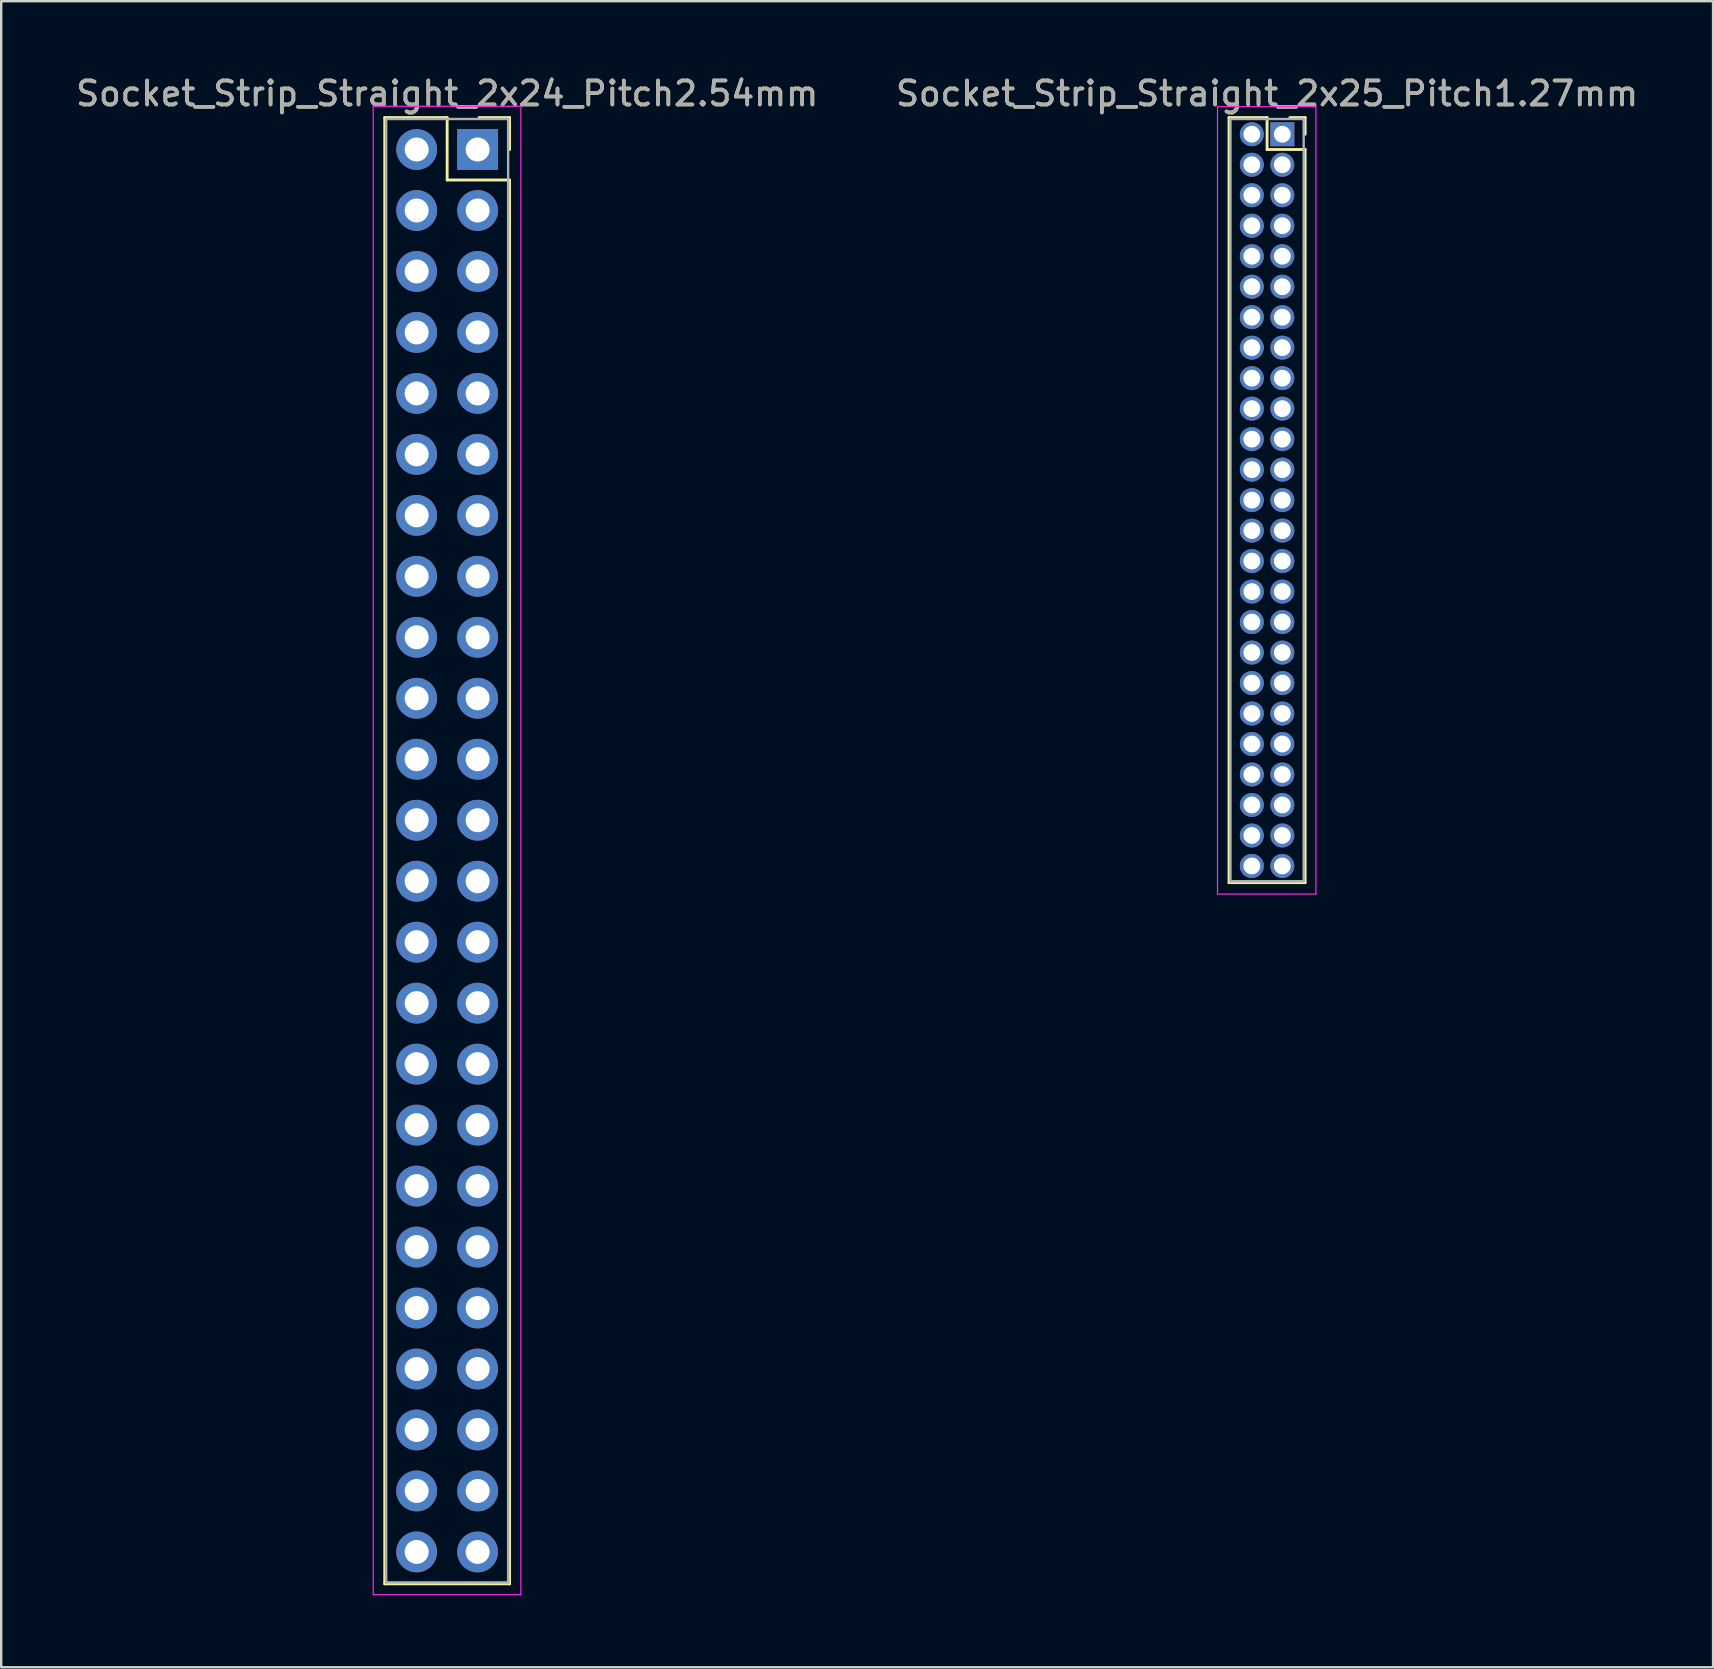
<source format=kicad_pcb>
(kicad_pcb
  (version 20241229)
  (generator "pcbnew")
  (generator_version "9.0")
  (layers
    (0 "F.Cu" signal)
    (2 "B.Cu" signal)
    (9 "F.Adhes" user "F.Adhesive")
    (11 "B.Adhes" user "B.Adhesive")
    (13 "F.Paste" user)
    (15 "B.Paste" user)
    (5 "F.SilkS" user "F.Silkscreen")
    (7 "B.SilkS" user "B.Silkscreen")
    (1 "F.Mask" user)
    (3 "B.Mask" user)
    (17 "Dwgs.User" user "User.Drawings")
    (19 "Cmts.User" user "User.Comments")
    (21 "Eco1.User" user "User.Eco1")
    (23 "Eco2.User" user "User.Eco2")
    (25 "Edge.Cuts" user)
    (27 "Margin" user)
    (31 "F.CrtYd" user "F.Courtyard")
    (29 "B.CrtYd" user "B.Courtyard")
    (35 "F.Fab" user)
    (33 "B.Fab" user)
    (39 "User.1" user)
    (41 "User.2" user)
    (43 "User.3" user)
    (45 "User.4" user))
  (footprint "Socket_Strip_Straight_2x24_Pitch2.54mm"
    (layer "F.Cu")
    (at 16.847 3.178)
    (property "Reference" "Socket_Strip_Straight_2x24_Pitch2.54mm" (at -1.27 -2.33 0) (layer "F.SilkS") (effects (font (size 1 1) (thickness 0.15))))
    (attr through_hole)
    (fp_line (start -3.87 -1.33) (end -1.27 -1.33) (stroke (width 0.12) (type solid)) (layer "F.SilkS"))
    (fp_line (start -3.87 59.75) (end -3.87 -1.33) (stroke (width 0.12) (type solid)) (layer "F.SilkS"))
    (fp_line (start -1.27 -1.33) (end -1.27 1.27) (stroke (width 0.12) (type solid)) (layer "F.SilkS"))
    (fp_line (start -1.27 1.27) (end 1.33 1.27) (stroke (width 0.12) (type solid)) (layer "F.SilkS"))
    (fp_line (start 1.33 -1.33) (end 0.06 -1.33) (stroke (width 0.12) (type solid)) (layer "F.SilkS"))
    (fp_line (start 1.33 0) (end 1.33 -1.33) (stroke (width 0.12) (type solid)) (layer "F.SilkS"))
    (fp_line (start 1.33 1.27) (end 1.33 59.75) (stroke (width 0.12) (type solid)) (layer "F.SilkS"))
    (fp_line (start 1.33 59.75) (end -3.87 59.75) (stroke (width 0.12) (type solid)) (layer "F.SilkS"))
    (fp_line (start -4.35 -1.8) (end -4.35 60.2) (stroke (width 0.05) (type solid)) (layer "F.CrtYd"))
    (fp_line (start -4.35 60.2) (end 1.8 60.2) (stroke (width 0.05) (type solid)) (layer "F.CrtYd"))
    (fp_line (start 1.8 -1.8) (end -4.35 -1.8) (stroke (width 0.05) (type solid)) (layer "F.CrtYd"))
    (fp_line (start 1.8 60.2) (end 1.8 -1.8) (stroke (width 0.05) (type solid)) (layer "F.CrtYd"))
    (fp_line (start -3.81 -1.27) (end -3.81 59.69) (stroke (width 0.1) (type solid)) (layer "F.Fab"))
    (fp_line (start -3.81 59.69) (end 1.27 59.69) (stroke (width 0.1) (type solid)) (layer "F.Fab"))
    (fp_line (start 1.27 -1.27) (end -3.81 -1.27) (stroke (width 0.1) (type solid)) (layer "F.Fab"))
    (fp_line (start 1.27 59.69) (end 1.27 -1.27) (stroke (width 0.1) (type solid)) (layer "F.Fab"))
    (fp_text user "${REFERENCE}" (at -1.27 -2.33 0) (layer "F.Fab") (effects (font (size 1 1) (thickness 0.15))))
    (pad "1" thru_hole rect (at 0 0) (size 1.7 1.7) (drill 1) (layers "*.Cu" "*.Mask"))
    (pad "2" thru_hole oval (at -2.54 0) (size 1.7 1.7) (drill 1) (layers "*.Cu" "*.Mask"))
    (pad "3" thru_hole oval (at 0 2.54) (size 1.7 1.7) (drill 1) (layers "*.Cu" "*.Mask"))
    (pad "4" thru_hole oval (at -2.54 2.54) (size 1.7 1.7) (drill 1) (layers "*.Cu" "*.Mask"))
    (pad "5" thru_hole oval (at 0 5.08) (size 1.7 1.7) (drill 1) (layers "*.Cu" "*.Mask"))
    (pad "6" thru_hole oval (at -2.54 5.08) (size 1.7 1.7) (drill 1) (layers "*.Cu" "*.Mask"))
    (pad "7" thru_hole oval (at 0 7.62) (size 1.7 1.7) (drill 1) (layers "*.Cu" "*.Mask"))
    (pad "8" thru_hole oval (at -2.54 7.62) (size 1.7 1.7) (drill 1) (layers "*.Cu" "*.Mask"))
    (pad "9" thru_hole oval (at 0 10.16) (size 1.7 1.7) (drill 1) (layers "*.Cu" "*.Mask"))
    (pad "10" thru_hole oval (at -2.54 10.16) (size 1.7 1.7) (drill 1) (layers "*.Cu" "*.Mask"))
    (pad "11" thru_hole oval (at 0 12.7) (size 1.7 1.7) (drill 1) (layers "*.Cu" "*.Mask"))
    (pad "12" thru_hole oval (at -2.54 12.7) (size 1.7 1.7) (drill 1) (layers "*.Cu" "*.Mask"))
    (pad "13" thru_hole oval (at 0 15.24) (size 1.7 1.7) (drill 1) (layers "*.Cu" "*.Mask"))
    (pad "14" thru_hole oval (at -2.54 15.24) (size 1.7 1.7) (drill 1) (layers "*.Cu" "*.Mask"))
    (pad "15" thru_hole oval (at 0 17.78) (size 1.7 1.7) (drill 1) (layers "*.Cu" "*.Mask"))
    (pad "16" thru_hole oval (at -2.54 17.78) (size 1.7 1.7) (drill 1) (layers "*.Cu" "*.Mask"))
    (pad "17" thru_hole oval (at 0 20.32) (size 1.7 1.7) (drill 1) (layers "*.Cu" "*.Mask"))
    (pad "18" thru_hole oval (at -2.54 20.32) (size 1.7 1.7) (drill 1) (layers "*.Cu" "*.Mask"))
    (pad "19" thru_hole oval (at 0 22.86) (size 1.7 1.7) (drill 1) (layers "*.Cu" "*.Mask"))
    (pad "20" thru_hole oval (at -2.54 22.86) (size 1.7 1.7) (drill 1) (layers "*.Cu" "*.Mask"))
    (pad "21" thru_hole oval (at 0 25.4) (size 1.7 1.7) (drill 1) (layers "*.Cu" "*.Mask"))
    (pad "22" thru_hole oval (at -2.54 25.4) (size 1.7 1.7) (drill 1) (layers "*.Cu" "*.Mask"))
    (pad "23" thru_hole oval (at 0 27.94) (size 1.7 1.7) (drill 1) (layers "*.Cu" "*.Mask"))
    (pad "24" thru_hole oval (at -2.54 27.94) (size 1.7 1.7) (drill 1) (layers "*.Cu" "*.Mask"))
    (pad "25" thru_hole oval (at 0 30.48) (size 1.7 1.7) (drill 1) (layers "*.Cu" "*.Mask"))
    (pad "26" thru_hole oval (at -2.54 30.48) (size 1.7 1.7) (drill 1) (layers "*.Cu" "*.Mask"))
    (pad "27" thru_hole oval (at 0 33.02) (size 1.7 1.7) (drill 1) (layers "*.Cu" "*.Mask"))
    (pad "28" thru_hole oval (at -2.54 33.02) (size 1.7 1.7) (drill 1) (layers "*.Cu" "*.Mask"))
    (pad "29" thru_hole oval (at 0 35.56) (size 1.7 1.7) (drill 1) (layers "*.Cu" "*.Mask"))
    (pad "30" thru_hole oval (at -2.54 35.56) (size 1.7 1.7) (drill 1) (layers "*.Cu" "*.Mask"))
    (pad "31" thru_hole oval (at 0 38.1) (size 1.7 1.7) (drill 1) (layers "*.Cu" "*.Mask"))
    (pad "32" thru_hole oval (at -2.54 38.1) (size 1.7 1.7) (drill 1) (layers "*.Cu" "*.Mask"))
    (pad "33" thru_hole oval (at 0 40.64) (size 1.7 1.7) (drill 1) (layers "*.Cu" "*.Mask"))
    (pad "34" thru_hole oval (at -2.54 40.64) (size 1.7 1.7) (drill 1) (layers "*.Cu" "*.Mask"))
    (pad "35" thru_hole oval (at 0 43.18) (size 1.7 1.7) (drill 1) (layers "*.Cu" "*.Mask"))
    (pad "36" thru_hole oval (at -2.54 43.18) (size 1.7 1.7) (drill 1) (layers "*.Cu" "*.Mask"))
    (pad "37" thru_hole oval (at 0 45.72) (size 1.7 1.7) (drill 1) (layers "*.Cu" "*.Mask"))
    (pad "38" thru_hole oval (at -2.54 45.72) (size 1.7 1.7) (drill 1) (layers "*.Cu" "*.Mask"))
    (pad "39" thru_hole oval (at 0 48.26) (size 1.7 1.7) (drill 1) (layers "*.Cu" "*.Mask"))
    (pad "40" thru_hole oval (at -2.54 48.26) (size 1.7 1.7) (drill 1) (layers "*.Cu" "*.Mask"))
    (pad "41" thru_hole oval (at 0 50.8) (size 1.7 1.7) (drill 1) (layers "*.Cu" "*.Mask"))
    (pad "42" thru_hole oval (at -2.54 50.8) (size 1.7 1.7) (drill 1) (layers "*.Cu" "*.Mask"))
    (pad "43" thru_hole oval (at 0 53.34) (size 1.7 1.7) (drill 1) (layers "*.Cu" "*.Mask"))
    (pad "44" thru_hole oval (at -2.54 53.34) (size 1.7 1.7) (drill 1) (layers "*.Cu" "*.Mask"))
    (pad "45" thru_hole oval (at 0 55.88) (size 1.7 1.7) (drill 1) (layers "*.Cu" "*.Mask"))
    (pad "46" thru_hole oval (at -2.54 55.88) (size 1.7 1.7) (drill 1) (layers "*.Cu" "*.Mask"))
    (pad "47" thru_hole oval (at 0 58.42) (size 1.7 1.7) (drill 1) (layers "*.Cu" "*.Mask"))
    (pad "48" thru_hole oval (at -2.54 58.42) (size 1.7 1.7) (drill 1) (layers "*.Cu" "*.Mask")))
  (footprint "Socket_Strip_Straight_2x25_Pitch1.27mm"
    (layer "F.Cu")
    (at 50.367 2.543)
    (property "Reference" "Socket_Strip_Straight_2x25_Pitch1.27mm" (at -0.635 -1.695 0) (layer "F.SilkS") (effects (font (size 1 1) (thickness 0.15))))
    (attr through_hole)
    (fp_line (start -2.22 -0.695) (end -0.635 -0.695) (stroke (width 0.12) (type solid)) (layer "F.SilkS"))
    (fp_line (start -2.22 31.175) (end -2.22 -0.695) (stroke (width 0.12) (type solid)) (layer "F.SilkS"))
    (fp_line (start -0.635 -0.695) (end -0.635 0.635) (stroke (width 0.12) (type solid)) (layer "F.SilkS"))
    (fp_line (start -0.635 0.635) (end 0.95 0.635) (stroke (width 0.12) (type solid)) (layer "F.SilkS"))
    (fp_line (start 0.95 -0.695) (end 0.315 -0.695) (stroke (width 0.12) (type solid)) (layer "F.SilkS"))
    (fp_line (start 0.95 0) (end 0.95 -0.695) (stroke (width 0.12) (type solid)) (layer "F.SilkS"))
    (fp_line (start 0.95 0.635) (end 0.95 31.175) (stroke (width 0.12) (type solid)) (layer "F.SilkS"))
    (fp_line (start 0.95 31.175) (end -2.22 31.175) (stroke (width 0.12) (type solid)) (layer "F.SilkS"))
    (fp_line (start -2.7 -1.15) (end -2.7 31.65) (stroke (width 0.05) (type solid)) (layer "F.CrtYd"))
    (fp_line (start -2.7 31.65) (end 1.4 31.65) (stroke (width 0.05) (type solid)) (layer "F.CrtYd"))
    (fp_line (start 1.4 -1.15) (end -2.7 -1.15) (stroke (width 0.05) (type solid)) (layer "F.CrtYd"))
    (fp_line (start 1.4 31.65) (end 1.4 -1.15) (stroke (width 0.05) (type solid)) (layer "F.CrtYd"))
    (fp_line (start -2.16 -0.635) (end -2.16 31.115) (stroke (width 0.1) (type solid)) (layer "F.Fab"))
    (fp_line (start -2.16 31.115) (end 0.89 31.115) (stroke (width 0.1) (type solid)) (layer "F.Fab"))
    (fp_line (start 0.89 -0.635) (end -2.16 -0.635) (stroke (width 0.1) (type solid)) (layer "F.Fab"))
    (fp_line (start 0.89 31.115) (end 0.89 -0.635) (stroke (width 0.1) (type solid)) (layer "F.Fab"))
    (fp_text user "${REFERENCE}" (at -0.635 -1.695 0) (layer "F.Fab") (effects (font (size 1 1) (thickness 0.15))))
    (pad "1" thru_hole rect (at 0 0) (size 1 1) (drill 0.7) (layers "*.Cu" "*.Mask"))
    (pad "2" thru_hole oval (at -1.27 0) (size 1 1) (drill 0.7) (layers "*.Cu" "*.Mask"))
    (pad "3" thru_hole oval (at 0 1.27) (size 1 1) (drill 0.7) (layers "*.Cu" "*.Mask"))
    (pad "4" thru_hole oval (at -1.27 1.27) (size 1 1) (drill 0.7) (layers "*.Cu" "*.Mask"))
    (pad "5" thru_hole oval (at 0 2.54) (size 1 1) (drill 0.7) (layers "*.Cu" "*.Mask"))
    (pad "6" thru_hole oval (at -1.27 2.54) (size 1 1) (drill 0.7) (layers "*.Cu" "*.Mask"))
    (pad "7" thru_hole oval (at 0 3.81) (size 1 1) (drill 0.7) (layers "*.Cu" "*.Mask"))
    (pad "8" thru_hole oval (at -1.27 3.81) (size 1 1) (drill 0.7) (layers "*.Cu" "*.Mask"))
    (pad "9" thru_hole oval (at 0 5.08) (size 1 1) (drill 0.7) (layers "*.Cu" "*.Mask"))
    (pad "10" thru_hole oval (at -1.27 5.08) (size 1 1) (drill 0.7) (layers "*.Cu" "*.Mask"))
    (pad "11" thru_hole oval (at 0 6.35) (size 1 1) (drill 0.7) (layers "*.Cu" "*.Mask"))
    (pad "12" thru_hole oval (at -1.27 6.35) (size 1 1) (drill 0.7) (layers "*.Cu" "*.Mask"))
    (pad "13" thru_hole oval (at 0 7.62) (size 1 1) (drill 0.7) (layers "*.Cu" "*.Mask"))
    (pad "14" thru_hole oval (at -1.27 7.62) (size 1 1) (drill 0.7) (layers "*.Cu" "*.Mask"))
    (pad "15" thru_hole oval (at 0 8.89) (size 1 1) (drill 0.7) (layers "*.Cu" "*.Mask"))
    (pad "16" thru_hole oval (at -1.27 8.89) (size 1 1) (drill 0.7) (layers "*.Cu" "*.Mask"))
    (pad "17" thru_hole oval (at 0 10.16) (size 1 1) (drill 0.7) (layers "*.Cu" "*.Mask"))
    (pad "18" thru_hole oval (at -1.27 10.16) (size 1 1) (drill 0.7) (layers "*.Cu" "*.Mask"))
    (pad "19" thru_hole oval (at 0 11.43) (size 1 1) (drill 0.7) (layers "*.Cu" "*.Mask"))
    (pad "20" thru_hole oval (at -1.27 11.43) (size 1 1) (drill 0.7) (layers "*.Cu" "*.Mask"))
    (pad "21" thru_hole oval (at 0 12.7) (size 1 1) (drill 0.7) (layers "*.Cu" "*.Mask"))
    (pad "22" thru_hole oval (at -1.27 12.7) (size 1 1) (drill 0.7) (layers "*.Cu" "*.Mask"))
    (pad "23" thru_hole oval (at 0 13.97) (size 1 1) (drill 0.7) (layers "*.Cu" "*.Mask"))
    (pad "24" thru_hole oval (at -1.27 13.97) (size 1 1) (drill 0.7) (layers "*.Cu" "*.Mask"))
    (pad "25" thru_hole oval (at 0 15.24) (size 1 1) (drill 0.7) (layers "*.Cu" "*.Mask"))
    (pad "26" thru_hole oval (at -1.27 15.24) (size 1 1) (drill 0.7) (layers "*.Cu" "*.Mask"))
    (pad "27" thru_hole oval (at 0 16.51) (size 1 1) (drill 0.7) (layers "*.Cu" "*.Mask"))
    (pad "28" thru_hole oval (at -1.27 16.51) (size 1 1) (drill 0.7) (layers "*.Cu" "*.Mask"))
    (pad "29" thru_hole oval (at 0 17.78) (size 1 1) (drill 0.7) (layers "*.Cu" "*.Mask"))
    (pad "30" thru_hole oval (at -1.27 17.78) (size 1 1) (drill 0.7) (layers "*.Cu" "*.Mask"))
    (pad "31" thru_hole oval (at 0 19.05) (size 1 1) (drill 0.7) (layers "*.Cu" "*.Mask"))
    (pad "32" thru_hole oval (at -1.27 19.05) (size 1 1) (drill 0.7) (layers "*.Cu" "*.Mask"))
    (pad "33" thru_hole oval (at 0 20.32) (size 1 1) (drill 0.7) (layers "*.Cu" "*.Mask"))
    (pad "34" thru_hole oval (at -1.27 20.32) (size 1 1) (drill 0.7) (layers "*.Cu" "*.Mask"))
    (pad "35" thru_hole oval (at 0 21.59) (size 1 1) (drill 0.7) (layers "*.Cu" "*.Mask"))
    (pad "36" thru_hole oval (at -1.27 21.59) (size 1 1) (drill 0.7) (layers "*.Cu" "*.Mask"))
    (pad "37" thru_hole oval (at 0 22.86) (size 1 1) (drill 0.7) (layers "*.Cu" "*.Mask"))
    (pad "38" thru_hole oval (at -1.27 22.86) (size 1 1) (drill 0.7) (layers "*.Cu" "*.Mask"))
    (pad "39" thru_hole oval (at 0 24.13) (size 1 1) (drill 0.7) (layers "*.Cu" "*.Mask"))
    (pad "40" thru_hole oval (at -1.27 24.13) (size 1 1) (drill 0.7) (layers "*.Cu" "*.Mask"))
    (pad "41" thru_hole oval (at 0 25.4) (size 1 1) (drill 0.7) (layers "*.Cu" "*.Mask"))
    (pad "42" thru_hole oval (at -1.27 25.4) (size 1 1) (drill 0.7) (layers "*.Cu" "*.Mask"))
    (pad "43" thru_hole oval (at 0 26.67) (size 1 1) (drill 0.7) (layers "*.Cu" "*.Mask"))
    (pad "44" thru_hole oval (at -1.27 26.67) (size 1 1) (drill 0.7) (layers "*.Cu" "*.Mask"))
    (pad "45" thru_hole oval (at 0 27.94) (size 1 1) (drill 0.7) (layers "*.Cu" "*.Mask"))
    (pad "46" thru_hole oval (at -1.27 27.94) (size 1 1) (drill 0.7) (layers "*.Cu" "*.Mask"))
    (pad "47" thru_hole oval (at 0 29.21) (size 1 1) (drill 0.7) (layers "*.Cu" "*.Mask"))
    (pad "48" thru_hole oval (at -1.27 29.21) (size 1 1) (drill 0.7) (layers "*.Cu" "*.Mask"))
    (pad "49" thru_hole oval (at 0 30.48) (size 1 1) (drill 0.7) (layers "*.Cu" "*.Mask"))
    (pad "50" thru_hole oval (at -1.27 30.48) (size 1 1) (drill 0.7) (layers "*.Cu" "*.Mask")))
  (gr_rect
    (start -3 -3)
    (end 68.31 66.403)
    (stroke (width 0.1) (type default))
    (fill no)
    (layer "Edge.Cuts")))
</source>
